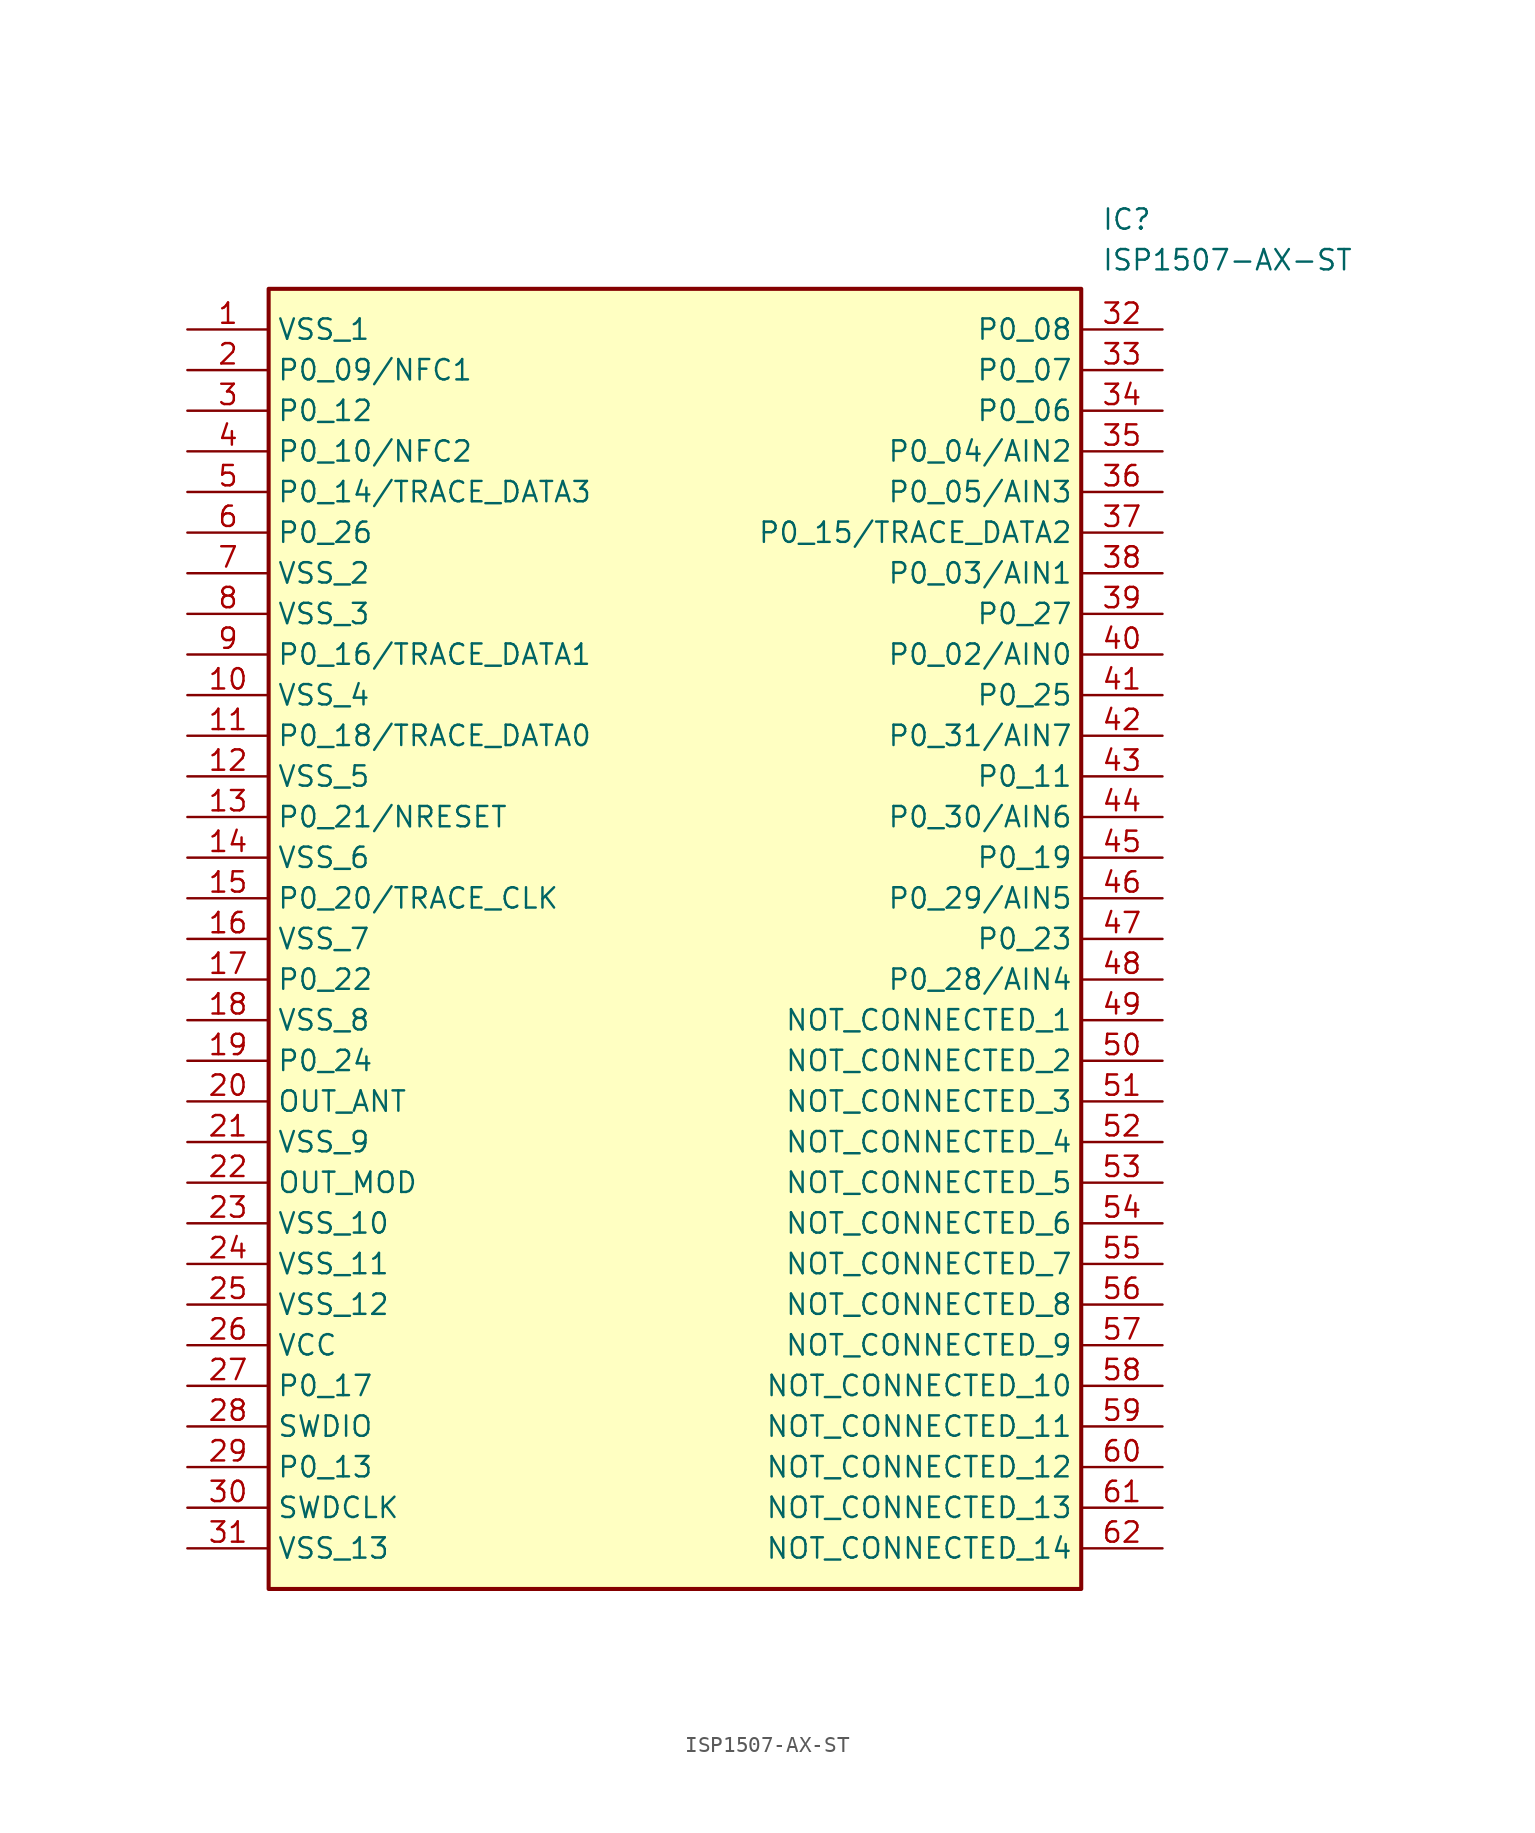
<source format=kicad_sym>
(kicad_symbol_lib
  (version 20211014)
  (generator SamacSys_ECAD_Model)
  (symbol "ISP1507-AX-ST"
    (property "Reference" "IC"
      (at 57.15 7.62 0)
      (effects (font (size 1.27 1.27)) (justify left top)))
    (property "Value" "ISP1507-AX-ST"
      (at 57.15 5.08 0)
      (effects (font (size 1.27 1.27)) (justify left top)))
    (rectangle
      (start 5.08 2.54)
      (end 55.88 -78.74)
      (stroke (width 0.254) (type default))
      (fill (type background)))
    (pin passive line
      (at 0 0 0)
      (length 5.08)
      (name "VSS_1" (effects (font (size 1.27 1.27))))
      (number "1" (effects (font (size 1.27 1.27)))))
    (pin passive line
      (at 0 -2.54 0)
      (length 5.08)
      (name "P0_09/NFC1" (effects (font (size 1.27 1.27))))
      (number "2" (effects (font (size 1.27 1.27)))))
    (pin passive line
      (at 0 -5.08 0)
      (length 5.08)
      (name "P0_12" (effects (font (size 1.27 1.27))))
      (number "3" (effects (font (size 1.27 1.27)))))
    (pin passive line
      (at 0 -7.62 0)
      (length 5.08)
      (name "P0_10/NFC2" (effects (font (size 1.27 1.27))))
      (number "4" (effects (font (size 1.27 1.27)))))
    (pin passive line
      (at 0 -10.16 0)
      (length 5.08)
      (name "P0_14/TRACE_DATA3" (effects (font (size 1.27 1.27))))
      (number "5" (effects (font (size 1.27 1.27)))))
    (pin passive line
      (at 0 -12.7 0)
      (length 5.08)
      (name "P0_26" (effects (font (size 1.27 1.27))))
      (number "6" (effects (font (size 1.27 1.27)))))
    (pin passive line
      (at 0 -15.24 0)
      (length 5.08)
      (name "VSS_2" (effects (font (size 1.27 1.27))))
      (number "7" (effects (font (size 1.27 1.27)))))
    (pin passive line
      (at 0 -17.78 0)
      (length 5.08)
      (name "VSS_3" (effects (font (size 1.27 1.27))))
      (number "8" (effects (font (size 1.27 1.27)))))
    (pin passive line
      (at 0 -20.32 0)
      (length 5.08)
      (name "P0_16/TRACE_DATA1" (effects (font (size 1.27 1.27))))
      (number "9" (effects (font (size 1.27 1.27)))))
    (pin passive line
      (at 0 -22.86 0)
      (length 5.08)
      (name "VSS_4" (effects (font (size 1.27 1.27))))
      (number "10" (effects (font (size 1.27 1.27)))))
    (pin passive line
      (at 0 -25.4 0)
      (length 5.08)
      (name "P0_18/TRACE_DATA0" (effects (font (size 1.27 1.27))))
      (number "11" (effects (font (size 1.27 1.27)))))
    (pin passive line
      (at 0 -27.94 0)
      (length 5.08)
      (name "VSS_5" (effects (font (size 1.27 1.27))))
      (number "12" (effects (font (size 1.27 1.27)))))
    (pin passive line
      (at 0 -30.48 0)
      (length 5.08)
      (name "P0_21/NRESET" (effects (font (size 1.27 1.27))))
      (number "13" (effects (font (size 1.27 1.27)))))
    (pin passive line
      (at 0 -33.02 0)
      (length 5.08)
      (name "VSS_6" (effects (font (size 1.27 1.27))))
      (number "14" (effects (font (size 1.27 1.27)))))
    (pin passive line
      (at 0 -35.56 0)
      (length 5.08)
      (name "P0_20/TRACE_CLK" (effects (font (size 1.27 1.27))))
      (number "15" (effects (font (size 1.27 1.27)))))
    (pin passive line
      (at 0 -38.1 0)
      (length 5.08)
      (name "VSS_7" (effects (font (size 1.27 1.27))))
      (number "16" (effects (font (size 1.27 1.27)))))
    (pin passive line
      (at 0 -40.64 0)
      (length 5.08)
      (name "P0_22" (effects (font (size 1.27 1.27))))
      (number "17" (effects (font (size 1.27 1.27)))))
    (pin passive line
      (at 0 -43.18 0)
      (length 5.08)
      (name "VSS_8" (effects (font (size 1.27 1.27))))
      (number "18" (effects (font (size 1.27 1.27)))))
    (pin passive line
      (at 0 -45.72 0)
      (length 5.08)
      (name "P0_24" (effects (font (size 1.27 1.27))))
      (number "19" (effects (font (size 1.27 1.27)))))
    (pin passive line
      (at 0 -48.26 0)
      (length 5.08)
      (name "OUT_ANT" (effects (font (size 1.27 1.27))))
      (number "20" (effects (font (size 1.27 1.27)))))
    (pin passive line
      (at 0 -50.8 0)
      (length 5.08)
      (name "VSS_9" (effects (font (size 1.27 1.27))))
      (number "21" (effects (font (size 1.27 1.27)))))
    (pin passive line
      (at 0 -53.34 0)
      (length 5.08)
      (name "OUT_MOD" (effects (font (size 1.27 1.27))))
      (number "22" (effects (font (size 1.27 1.27)))))
    (pin passive line
      (at 0 -55.88 0)
      (length 5.08)
      (name "VSS_10" (effects (font (size 1.27 1.27))))
      (number "23" (effects (font (size 1.27 1.27)))))
    (pin passive line
      (at 0 -58.42 0)
      (length 5.08)
      (name "VSS_11" (effects (font (size 1.27 1.27))))
      (number "24" (effects (font (size 1.27 1.27)))))
    (pin passive line
      (at 0 -60.96 0)
      (length 5.08)
      (name "VSS_12" (effects (font (size 1.27 1.27))))
      (number "25" (effects (font (size 1.27 1.27)))))
    (pin passive line
      (at 0 -63.5 0)
      (length 5.08)
      (name "VCC" (effects (font (size 1.27 1.27))))
      (number "26" (effects (font (size 1.27 1.27)))))
    (pin passive line
      (at 0 -66.04 0)
      (length 5.08)
      (name "P0_17" (effects (font (size 1.27 1.27))))
      (number "27" (effects (font (size 1.27 1.27)))))
    (pin passive line
      (at 0 -68.58 0)
      (length 5.08)
      (name "SWDIO" (effects (font (size 1.27 1.27))))
      (number "28" (effects (font (size 1.27 1.27)))))
    (pin passive line
      (at 0 -71.12 0)
      (length 5.08)
      (name "P0_13" (effects (font (size 1.27 1.27))))
      (number "29" (effects (font (size 1.27 1.27)))))
    (pin passive line
      (at 0 -73.66 0)
      (length 5.08)
      (name "SWDCLK" (effects (font (size 1.27 1.27))))
      (number "30" (effects (font (size 1.27 1.27)))))
    (pin passive line
      (at 0 -76.2 0)
      (length 5.08)
      (name "VSS_13" (effects (font (size 1.27 1.27))))
      (number "31" (effects (font (size 1.27 1.27)))))
    (pin passive line
      (at 60.96 0 180)
      (length 5.08)
      (name "P0_08" (effects (font (size 1.27 1.27))))
      (number "32" (effects (font (size 1.27 1.27)))))
    (pin passive line
      (at 60.96 -2.54 180)
      (length 5.08)
      (name "P0_07" (effects (font (size 1.27 1.27))))
      (number "33" (effects (font (size 1.27 1.27)))))
    (pin passive line
      (at 60.96 -5.08 180)
      (length 5.08)
      (name "P0_06" (effects (font (size 1.27 1.27))))
      (number "34" (effects (font (size 1.27 1.27)))))
    (pin passive line
      (at 60.96 -7.62 180)
      (length 5.08)
      (name "P0_04/AIN2" (effects (font (size 1.27 1.27))))
      (number "35" (effects (font (size 1.27 1.27)))))
    (pin passive line
      (at 60.96 -10.16 180)
      (length 5.08)
      (name "P0_05/AIN3" (effects (font (size 1.27 1.27))))
      (number "36" (effects (font (size 1.27 1.27)))))
    (pin passive line
      (at 60.96 -12.7 180)
      (length 5.08)
      (name "P0_15/TRACE_DATA2" (effects (font (size 1.27 1.27))))
      (number "37" (effects (font (size 1.27 1.27)))))
    (pin passive line
      (at 60.96 -15.24 180)
      (length 5.08)
      (name "P0_03/AIN1" (effects (font (size 1.27 1.27))))
      (number "38" (effects (font (size 1.27 1.27)))))
    (pin passive line
      (at 60.96 -17.78 180)
      (length 5.08)
      (name "P0_27" (effects (font (size 1.27 1.27))))
      (number "39" (effects (font (size 1.27 1.27)))))
    (pin passive line
      (at 60.96 -20.32 180)
      (length 5.08)
      (name "P0_02/AIN0" (effects (font (size 1.27 1.27))))
      (number "40" (effects (font (size 1.27 1.27)))))
    (pin passive line
      (at 60.96 -22.86 180)
      (length 5.08)
      (name "P0_25" (effects (font (size 1.27 1.27))))
      (number "41" (effects (font (size 1.27 1.27)))))
    (pin passive line
      (at 60.96 -25.4 180)
      (length 5.08)
      (name "P0_31/AIN7" (effects (font (size 1.27 1.27))))
      (number "42" (effects (font (size 1.27 1.27)))))
    (pin passive line
      (at 60.96 -27.94 180)
      (length 5.08)
      (name "P0_11" (effects (font (size 1.27 1.27))))
      (number "43" (effects (font (size 1.27 1.27)))))
    (pin passive line
      (at 60.96 -30.48 180)
      (length 5.08)
      (name "P0_30/AIN6" (effects (font (size 1.27 1.27))))
      (number "44" (effects (font (size 1.27 1.27)))))
    (pin passive line
      (at 60.96 -33.02 180)
      (length 5.08)
      (name "P0_19" (effects (font (size 1.27 1.27))))
      (number "45" (effects (font (size 1.27 1.27)))))
    (pin passive line
      (at 60.96 -35.56 180)
      (length 5.08)
      (name "P0_29/AIN5" (effects (font (size 1.27 1.27))))
      (number "46" (effects (font (size 1.27 1.27)))))
    (pin passive line
      (at 60.96 -38.1 180)
      (length 5.08)
      (name "P0_23" (effects (font (size 1.27 1.27))))
      (number "47" (effects (font (size 1.27 1.27)))))
    (pin passive line
      (at 60.96 -40.64 180)
      (length 5.08)
      (name "P0_28/AIN4" (effects (font (size 1.27 1.27))))
      (number "48" (effects (font (size 1.27 1.27)))))
    (pin passive line
      (at 60.96 -43.18 180)
      (length 5.08)
      (name "NOT_CONNECTED_1" (effects (font (size 1.27 1.27))))
      (number "49" (effects (font (size 1.27 1.27)))))
    (pin passive line
      (at 60.96 -45.72 180)
      (length 5.08)
      (name "NOT_CONNECTED_2" (effects (font (size 1.27 1.27))))
      (number "50" (effects (font (size 1.27 1.27)))))
    (pin passive line
      (at 60.96 -48.26 180)
      (length 5.08)
      (name "NOT_CONNECTED_3" (effects (font (size 1.27 1.27))))
      (number "51" (effects (font (size 1.27 1.27)))))
    (pin passive line
      (at 60.96 -50.8 180)
      (length 5.08)
      (name "NOT_CONNECTED_4" (effects (font (size 1.27 1.27))))
      (number "52" (effects (font (size 1.27 1.27)))))
    (pin passive line
      (at 60.96 -53.34 180)
      (length 5.08)
      (name "NOT_CONNECTED_5" (effects (font (size 1.27 1.27))))
      (number "53" (effects (font (size 1.27 1.27)))))
    (pin passive line
      (at 60.96 -55.88 180)
      (length 5.08)
      (name "NOT_CONNECTED_6" (effects (font (size 1.27 1.27))))
      (number "54" (effects (font (size 1.27 1.27)))))
    (pin passive line
      (at 60.96 -58.42 180)
      (length 5.08)
      (name "NOT_CONNECTED_7" (effects (font (size 1.27 1.27))))
      (number "55" (effects (font (size 1.27 1.27)))))
    (pin passive line
      (at 60.96 -60.96 180)
      (length 5.08)
      (name "NOT_CONNECTED_8" (effects (font (size 1.27 1.27))))
      (number "56" (effects (font (size 1.27 1.27)))))
    (pin passive line
      (at 60.96 -63.5 180)
      (length 5.08)
      (name "NOT_CONNECTED_9" (effects (font (size 1.27 1.27))))
      (number "57" (effects (font (size 1.27 1.27)))))
    (pin passive line
      (at 60.96 -66.04 180)
      (length 5.08)
      (name "NOT_CONNECTED_10" (effects (font (size 1.27 1.27))))
      (number "58" (effects (font (size 1.27 1.27)))))
    (pin passive line
      (at 60.96 -68.58 180)
      (length 5.08)
      (name "NOT_CONNECTED_11" (effects (font (size 1.27 1.27))))
      (number "59" (effects (font (size 1.27 1.27)))))
    (pin passive line
      (at 60.96 -71.12 180)
      (length 5.08)
      (name "NOT_CONNECTED_12" (effects (font (size 1.27 1.27))))
      (number "60" (effects (font (size 1.27 1.27)))))
    (pin passive line
      (at 60.96 -73.66 180)
      (length 5.08)
      (name "NOT_CONNECTED_13" (effects (font (size 1.27 1.27))))
      (number "61" (effects (font (size 1.27 1.27)))))
    (pin passive line
      (at 60.96 -76.2 180)
      (length 5.08)
      (name "NOT_CONNECTED_14" (effects (font (size 1.27 1.27))))
      (number "62" (effects (font (size 1.27 1.27)))))))
</source>
